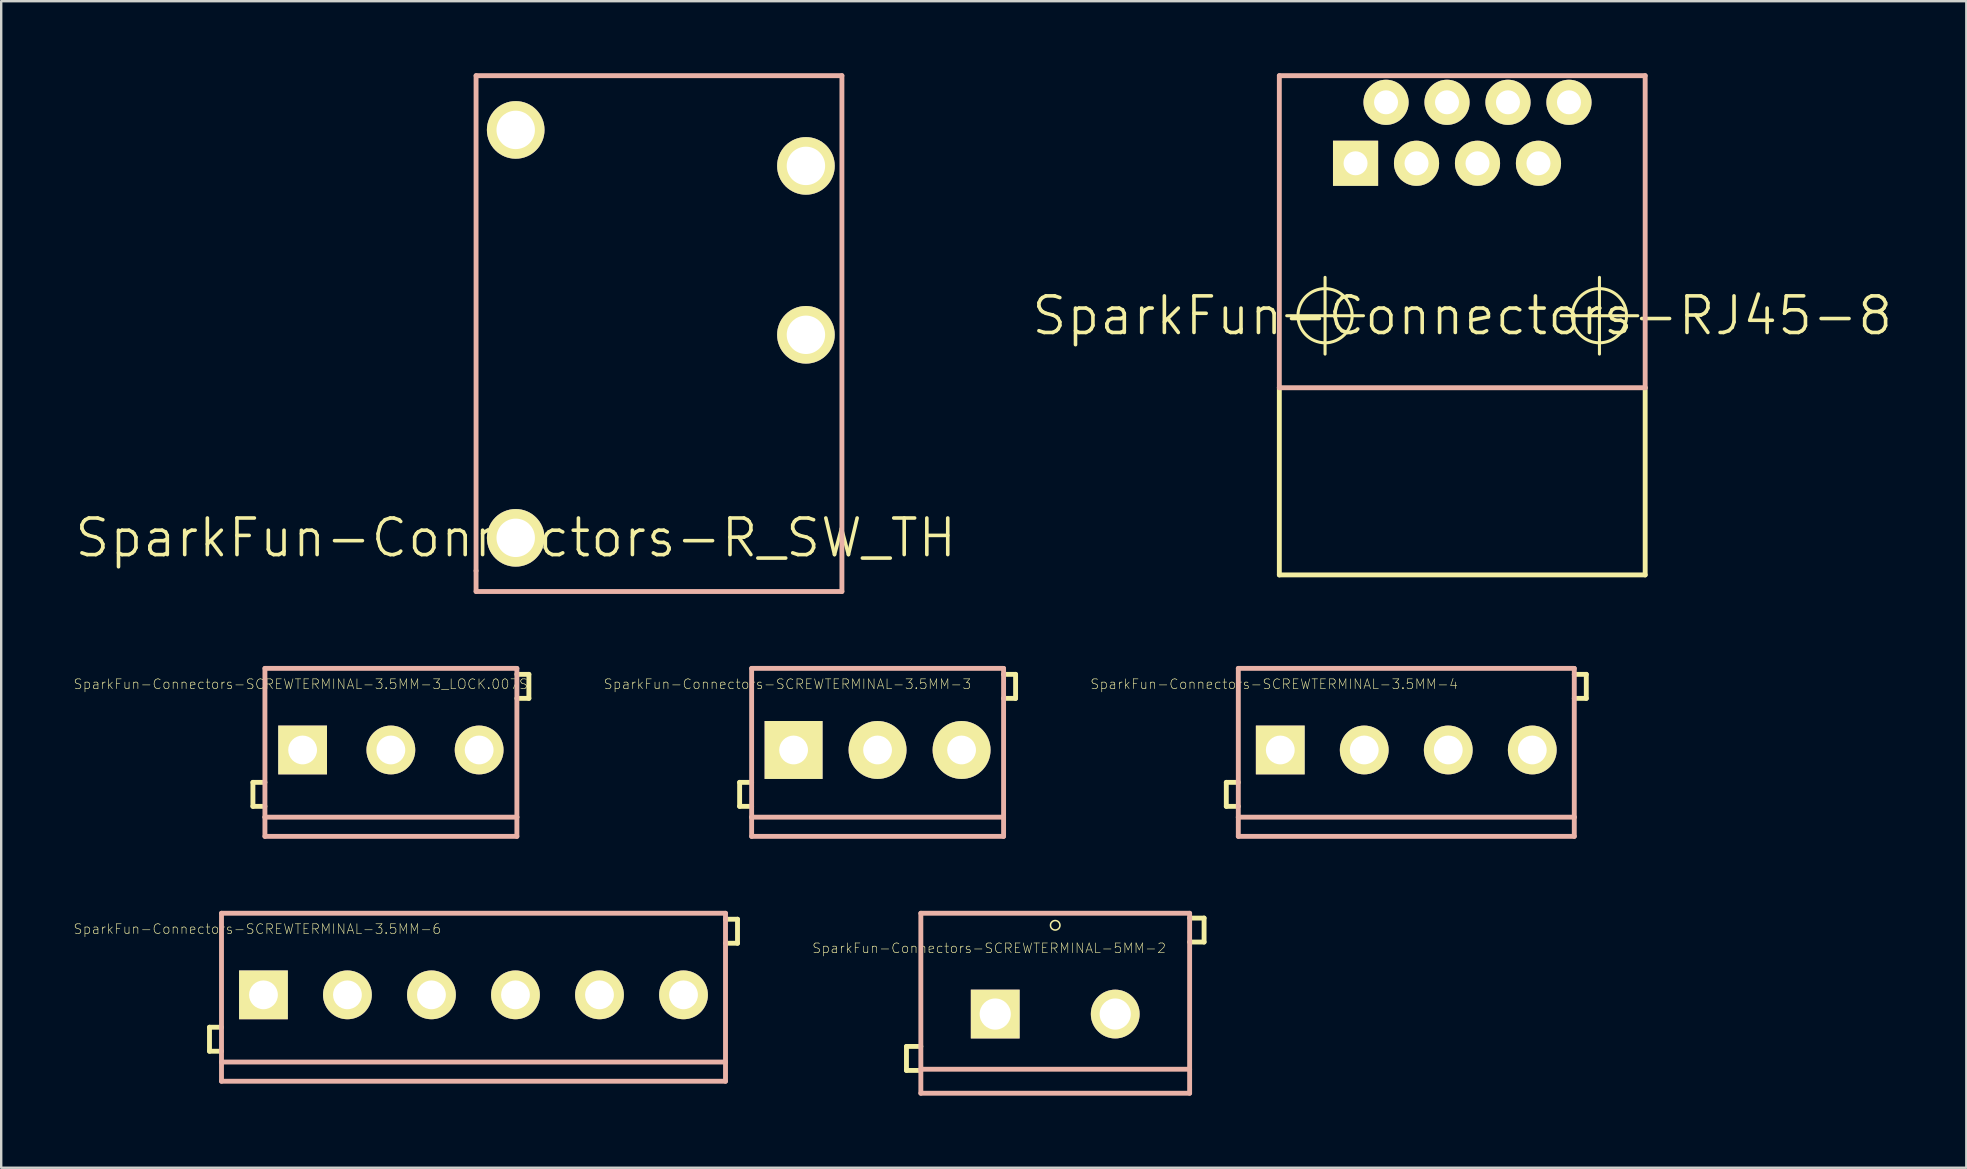
<source format=kicad_pcb>
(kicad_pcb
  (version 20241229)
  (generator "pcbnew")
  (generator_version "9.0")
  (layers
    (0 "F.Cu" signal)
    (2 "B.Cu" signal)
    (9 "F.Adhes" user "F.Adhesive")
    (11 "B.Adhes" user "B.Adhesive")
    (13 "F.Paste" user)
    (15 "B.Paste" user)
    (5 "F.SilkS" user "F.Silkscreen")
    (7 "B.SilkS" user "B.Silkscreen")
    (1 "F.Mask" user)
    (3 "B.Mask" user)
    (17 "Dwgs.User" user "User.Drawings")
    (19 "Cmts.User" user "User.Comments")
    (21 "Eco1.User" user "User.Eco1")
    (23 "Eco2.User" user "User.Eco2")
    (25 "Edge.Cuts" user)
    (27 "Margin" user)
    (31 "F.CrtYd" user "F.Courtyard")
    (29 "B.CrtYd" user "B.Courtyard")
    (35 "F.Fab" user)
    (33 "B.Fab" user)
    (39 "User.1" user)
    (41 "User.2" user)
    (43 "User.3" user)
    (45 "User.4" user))
  (footprint "SparkFun-Connectors-R_SW_TH"
    (layer "F.Cu")
    (at 18.433 19.355)
    (property "Reference" "SparkFun-Connectors-R_SW_TH" (at 0 0 0) (layer "F.SilkS") (effects (font (size 1.524 1.524) (thickness 0.15))))
    (attr exclude_from_pos_files exclude_from_bom)
    (fp_line (start -1.651 -19.253) (end -1.651 1.372) (stroke (width 0.203) (type solid)) (layer "B.SilkS"))
    (fp_line (start -1.651 -19.253) (end 13.589 -19.253) (stroke (width 0.203) (type solid)) (layer "B.SilkS"))
    (fp_line (start -1.651 1.372) (end -1.651 2.235) (stroke (width 0.203) (type solid)) (layer "B.SilkS"))
    (fp_line (start 13.589 -19.253) (end 13.589 2.235) (stroke (width 0.203) (type solid)) (layer "B.SilkS"))
    (fp_line (start 13.589 2.235) (end -1.651 2.235) (stroke (width 0.203) (type solid)) (layer "B.SilkS"))
    (pad "P$1" thru_hole circle (at 0 0) (size 2.4 2.4) (drill 1.6) (layers "*.Cu" "F.Mask" "F.SilkS" "F.Paste"))
    (pad "P$2" thru_hole circle (at 0 -16.993) (size 2.4 2.4) (drill 1.6) (layers "*.Cu" "F.Mask" "F.SilkS" "F.Paste"))
    (pad "P$3" thru_hole circle (at 12.09 -15.494) (size 2.4 2.4) (drill 1.6) (layers "*.Cu" "F.Mask" "F.SilkS" "F.Paste"))
    (pad "P$4" thru_hole circle (at 12.09 -8.458) (size 2.4 2.4) (drill 1.6) (layers "*.Cu" "F.Mask" "F.SilkS" "F.Paste")))
  (footprint "SparkFun-Connectors-SCREWTERMINAL-3.5MM-4"
    (layer "F.Cu")
    (at 50.283 28.192)
    (property "Reference" "SparkFun-Connectors-SCREWTERMINAL-3.5MM-4" (at -0.254 -2.743 0) (layer "F.SilkS") (effects (font (size 0.406 0.406) (thickness 0.025))))
    (attr exclude_from_pos_files exclude_from_bom)
    (fp_line (start -2.248 1.349) (end -2.248 2.349) (stroke (width 0.203) (type solid)) (layer "F.SilkS"))
    (fp_line (start -2.248 2.349) (end -1.748 2.349) (stroke (width 0.203) (type solid)) (layer "F.SilkS"))
    (fp_line (start -1.748 1.349) (end -2.248 1.349) (stroke (width 0.203) (type solid)) (layer "F.SilkS"))
    (fp_line (start 12.248 -3.15) (end 12.748 -3.15) (stroke (width 0.203) (type solid)) (layer "F.SilkS"))
    (fp_line (start 12.748 -3.15) (end 12.748 -2.149) (stroke (width 0.203) (type solid)) (layer "F.SilkS"))
    (fp_line (start 12.748 -2.149) (end 12.248 -2.149) (stroke (width 0.203) (type solid)) (layer "F.SilkS"))
    (fp_circle (center 0 0) (end -0.211 0.211) (stroke (width 0) (type solid)) (fill yes) (layer "F.SilkS"))
    (fp_circle (center 3.498 0) (end 3.708 0.211) (stroke (width 0) (type solid)) (fill yes) (layer "F.SilkS"))
    (fp_circle (center 6.998 0) (end 7.209 0.211) (stroke (width 0) (type solid)) (fill yes) (layer "F.SilkS"))
    (fp_circle (center 10.498 0) (end 10.709 0.211) (stroke (width 0) (type solid)) (fill yes) (layer "F.SilkS"))
    (fp_line (start -1.748 -3.399) (end 12.248 -3.399) (stroke (width 0.203) (type solid)) (layer "B.SilkS"))
    (fp_line (start -1.748 2.799) (end -1.748 -3.399) (stroke (width 0.203) (type solid)) (layer "B.SilkS"))
    (fp_line (start -1.748 3.599) (end -1.748 2.799) (stroke (width 0.203) (type solid)) (layer "B.SilkS"))
    (fp_line (start 12.248 -3.399) (end 12.248 2.799) (stroke (width 0.203) (type solid)) (layer "B.SilkS"))
    (fp_line (start 12.248 2.799) (end -1.748 2.799) (stroke (width 0.203) (type solid)) (layer "B.SilkS"))
    (fp_line (start 12.248 2.799) (end 12.248 3.599) (stroke (width 0.203) (type solid)) (layer "B.SilkS"))
    (fp_line (start 12.248 3.599) (end -1.748 3.599) (stroke (width 0.203) (type solid)) (layer "B.SilkS"))
    (pad "1" thru_hole rect (at 0 0) (size 2.032 2.032) (drill 1.199) (layers "*.Cu" "F.Mask" "F.SilkS" "F.Paste"))
    (pad "2" thru_hole circle (at 3.498 0) (size 2.032 2.032) (drill 1.199) (layers "*.Cu" "F.Mask" "F.SilkS" "F.Paste"))
    (pad "3" thru_hole circle (at 6.998 0) (size 2.032 2.032) (drill 1.199) (layers "*.Cu" "F.Mask" "F.SilkS" "F.Paste"))
    (pad "4" thru_hole circle (at 10.498 0) (size 2.032 2.032) (drill 1.199) (layers "*.Cu" "F.Mask" "F.SilkS" "F.Paste")))
  (footprint "SparkFun-Connectors-SCREWTERMINAL-3.5MM-3_LOCK.007S"
    (layer "F.Cu")
    (at 9.734 28.192)
    (property "Reference" "SparkFun-Connectors-SCREWTERMINAL-3.5MM-3_LOCK.007S" (at -0.254 -2.743 0) (layer "F.SilkS") (effects (font (size 0.406 0.406) (thickness 0.025))))
    (attr exclude_from_pos_files exclude_from_bom)
    (fp_line (start -2.248 1.349) (end -2.248 2.349) (stroke (width 0.203) (type solid)) (layer "F.SilkS"))
    (fp_line (start -2.248 2.349) (end -1.748 2.349) (stroke (width 0.203) (type solid)) (layer "F.SilkS"))
    (fp_line (start -1.748 1.349) (end -2.248 1.349) (stroke (width 0.203) (type solid)) (layer "F.SilkS"))
    (fp_line (start 8.748 -3.15) (end 9.248 -3.15) (stroke (width 0.203) (type solid)) (layer "F.SilkS"))
    (fp_line (start 9.248 -3.15) (end 9.248 -2.149) (stroke (width 0.203) (type solid)) (layer "F.SilkS"))
    (fp_line (start 9.248 -2.149) (end 8.748 -2.149) (stroke (width 0.203) (type solid)) (layer "F.SilkS"))
    (fp_circle (center 0 0) (end -0.211 0.211) (stroke (width 0) (type solid)) (fill yes) (layer "F.SilkS"))
    (fp_circle (center 3.498 0) (end 3.708 0.211) (stroke (width 0) (type solid)) (fill yes) (layer "F.SilkS"))
    (fp_circle (center 6.998 0) (end 7.209 0.211) (stroke (width 0) (type solid)) (fill yes) (layer "F.SilkS"))
    (fp_line (start -1.748 -3.399) (end 8.748 -3.399) (stroke (width 0.203) (type solid)) (layer "B.SilkS"))
    (fp_line (start -1.748 2.799) (end -1.748 -3.399) (stroke (width 0.203) (type solid)) (layer "B.SilkS"))
    (fp_line (start -1.748 3.599) (end -1.748 2.799) (stroke (width 0.203) (type solid)) (layer "B.SilkS"))
    (fp_line (start 8.748 -3.399) (end 8.748 2.799) (stroke (width 0.203) (type solid)) (layer "B.SilkS"))
    (fp_line (start 8.748 2.799) (end -1.748 2.799) (stroke (width 0.203) (type solid)) (layer "B.SilkS"))
    (fp_line (start 8.748 2.799) (end 8.748 3.599) (stroke (width 0.203) (type solid)) (layer "B.SilkS"))
    (fp_line (start 8.748 3.599) (end -1.748 3.599) (stroke (width 0.203) (type solid)) (layer "B.SilkS"))
    (pad "1" thru_hole rect (at -0.178 0) (size 2.032 2.032) (drill 1.199) (layers "*.Cu" "F.Mask" "F.SilkS" "F.Paste"))
    (pad "2" thru_hole circle (at 3.498 0) (size 2.032 2.032) (drill 1.199) (layers "*.Cu" "F.Mask" "F.SilkS" "F.Paste"))
    (pad "3" thru_hole circle (at 7.176 0) (size 2.032 2.032) (drill 1.199) (layers "*.Cu" "F.Mask" "F.SilkS" "F.Paste")))
  (footprint "SparkFun-Connectors-RJ45-8"
    (layer "F.Cu")
    (at 57.864 10.102)
    (property "Reference" "SparkFun-Connectors-RJ45-8" (at 0 0 0) (layer "F.SilkS") (effects (font (size 1.524 1.524) (thickness 0.15))))
    (attr exclude_from_pos_files exclude_from_bom)
    (fp_line (start -7.62 3) (end -7.62 10.798) (stroke (width 0.203) (type solid)) (layer "F.SilkS"))
    (fp_line (start -7.62 10.798) (end 7.62 10.798) (stroke (width 0.203) (type solid)) (layer "F.SilkS"))
    (fp_line (start -7.313 0) (end -4.115 0) (stroke (width 0.127) (type solid)) (layer "F.SilkS"))
    (fp_line (start -5.715 1.598) (end -5.715 -1.598) (stroke (width 0.127) (type solid)) (layer "F.SilkS"))
    (fp_line (start 4.115 0) (end 7.313 0) (stroke (width 0.127) (type solid)) (layer "F.SilkS"))
    (fp_line (start 5.715 1.598) (end 5.715 -1.598) (stroke (width 0.127) (type solid)) (layer "F.SilkS"))
    (fp_line (start 7.62 10.798) (end 7.62 3) (stroke (width 0.203) (type solid)) (layer "F.SilkS"))
    (fp_circle (center -5.715 0) (end -6.513 0.798) (stroke (width 0.127) (type solid)) (fill no) (layer "F.SilkS"))
    (fp_circle (center 5.715 0) (end 6.513 0.798) (stroke (width 0.127) (type solid)) (fill no) (layer "F.SilkS"))
    (fp_line (start -7.62 -10) (end 7.62 -10) (stroke (width 0.203) (type solid)) (layer "B.SilkS"))
    (fp_line (start -7.62 3) (end -7.62 -10) (stroke (width 0.203) (type solid)) (layer "B.SilkS"))
    (fp_line (start -7.62 3) (end 7.62 3) (stroke (width 0.203) (type solid)) (layer "B.SilkS"))
    (fp_line (start 7.62 -10) (end 7.62 3) (stroke (width 0.203) (type solid)) (layer "B.SilkS"))
    (pad "1" thru_hole rect (at -4.445 -6.35) (size 1.88 1.88) (drill 0.998) (layers "*.Cu" "F.Mask" "F.SilkS" "F.Paste"))
    (pad "2" thru_hole circle (at -3.175 -8.89) (size 1.88 1.88) (drill 0.998) (layers "*.Cu" "F.Mask" "F.SilkS" "F.Paste"))
    (pad "3" thru_hole circle (at -1.905 -6.35) (size 1.88 1.88) (drill 0.998) (layers "*.Cu" "F.Mask" "F.SilkS" "F.Paste"))
    (pad "4" thru_hole circle (at -0.635 -8.89) (size 1.88 1.88) (drill 0.998) (layers "*.Cu" "F.Mask" "F.SilkS" "F.Paste"))
    (pad "5" thru_hole circle (at 0.635 -6.35) (size 1.88 1.88) (drill 0.998) (layers "*.Cu" "F.Mask" "F.SilkS" "F.Paste"))
    (pad "6" thru_hole circle (at 1.905 -8.89) (size 1.88 1.88) (drill 0.998) (layers "*.Cu" "F.Mask" "F.SilkS" "F.Paste"))
    (pad "7" thru_hole circle (at 3.175 -6.35) (size 1.88 1.88) (drill 0.998) (layers "*.Cu" "F.Mask" "F.SilkS" "F.Paste"))
    (pad "8" thru_hole circle (at 4.445 -8.89) (size 1.88 1.88) (drill 0.998) (layers "*.Cu" "F.Mask" "F.SilkS" "F.Paste")))
  (footprint "SparkFun-Connectors-SCREWTERMINAL-5MM-2"
    (layer "F.Cu")
    (at 38.409 39.193)
    (property "Reference" "SparkFun-Connectors-SCREWTERMINAL-5MM-2" (at -0.254 -2.743 0) (layer "F.SilkS") (effects (font (size 0.406 0.406) (thickness 0.025))))
    (attr exclude_from_pos_files exclude_from_bom)
    (fp_line (start -3.698 1.349) (end -3.698 2.349) (stroke (width 0.203) (type solid)) (layer "F.SilkS"))
    (fp_line (start -3.698 2.349) (end -3.099 2.349) (stroke (width 0.203) (type solid)) (layer "F.SilkS"))
    (fp_line (start -3.099 1.349) (end -3.698 1.349) (stroke (width 0.203) (type solid)) (layer "F.SilkS"))
    (fp_line (start 8.098 -3.998) (end 8.7 -3.998) (stroke (width 0.203) (type solid)) (layer "F.SilkS"))
    (fp_line (start 8.7 -3.998) (end 8.7 -3) (stroke (width 0.203) (type solid)) (layer "F.SilkS"))
    (fp_line (start 8.7 -3) (end 8.098 -3) (stroke (width 0.203) (type solid)) (layer "F.SilkS"))
    (fp_circle (center 2.499 -3.698) (end 2.639 -3.838) (stroke (width 0.064) (type solid)) (fill no) (layer "F.SilkS"))
    (fp_line (start -3.099 -4.199) (end 8.098 -4.199) (stroke (width 0.203) (type solid)) (layer "B.SilkS"))
    (fp_line (start -3.099 2.299) (end -3.099 -4.199) (stroke (width 0.203) (type solid)) (layer "B.SilkS"))
    (fp_line (start -3.099 3.299) (end -3.099 2.299) (stroke (width 0.203) (type solid)) (layer "B.SilkS"))
    (fp_line (start 8.098 -4.199) (end 8.098 2.299) (stroke (width 0.203) (type solid)) (layer "B.SilkS"))
    (fp_line (start 8.098 2.299) (end -3.099 2.299) (stroke (width 0.203) (type solid)) (layer "B.SilkS"))
    (fp_line (start 8.098 2.299) (end 8.098 3.299) (stroke (width 0.203) (type solid)) (layer "B.SilkS"))
    (fp_line (start 8.098 3.299) (end -3.099 3.299) (stroke (width 0.203) (type solid)) (layer "B.SilkS"))
    (pad "1" thru_hole rect (at 0 0) (size 2.032 2.032) (drill 1.298) (layers "*.Cu" "F.Mask" "F.SilkS" "F.Paste"))
    (pad "2" thru_hole circle (at 4.999 0) (size 2.032 2.032) (drill 1.298) (layers "*.Cu" "F.Mask" "F.SilkS" "F.Paste")))
  (footprint "SparkFun-Connectors-SCREWTERMINAL-3.5MM-3"
    (layer "F.Cu")
    (at 30.009 28.192)
    (property "Reference" "SparkFun-Connectors-SCREWTERMINAL-3.5MM-3" (at -0.254 -2.743 0) (layer "F.SilkS") (effects (font (size 0.406 0.406) (thickness 0.025))))
    (attr exclude_from_pos_files exclude_from_bom)
    (fp_line (start -2.248 1.349) (end -2.248 2.349) (stroke (width 0.203) (type solid)) (layer "F.SilkS"))
    (fp_line (start -2.248 2.349) (end -1.748 2.349) (stroke (width 0.203) (type solid)) (layer "F.SilkS"))
    (fp_line (start -1.748 1.349) (end -2.248 1.349) (stroke (width 0.203) (type solid)) (layer "F.SilkS"))
    (fp_line (start 8.748 -3.15) (end 9.248 -3.15) (stroke (width 0.203) (type solid)) (layer "F.SilkS"))
    (fp_line (start 9.248 -3.15) (end 9.248 -2.149) (stroke (width 0.203) (type solid)) (layer "F.SilkS"))
    (fp_line (start 9.248 -2.149) (end 8.748 -2.149) (stroke (width 0.203) (type solid)) (layer "F.SilkS"))
    (fp_line (start -1.748 -3.399) (end 8.748 -3.399) (stroke (width 0.203) (type solid)) (layer "B.SilkS"))
    (fp_line (start -1.748 2.799) (end -1.748 -3.399) (stroke (width 0.203) (type solid)) (layer "B.SilkS"))
    (fp_line (start -1.748 3.599) (end -1.748 2.799) (stroke (width 0.203) (type solid)) (layer "B.SilkS"))
    (fp_line (start 8.748 -3.399) (end 8.748 2.799) (stroke (width 0.203) (type solid)) (layer "B.SilkS"))
    (fp_line (start 8.748 2.799) (end -1.748 2.799) (stroke (width 0.203) (type solid)) (layer "B.SilkS"))
    (fp_line (start 8.748 2.799) (end 8.748 3.599) (stroke (width 0.203) (type solid)) (layer "B.SilkS"))
    (fp_line (start 8.748 3.599) (end -1.748 3.599) (stroke (width 0.203) (type solid)) (layer "B.SilkS"))
    (pad "1" thru_hole rect (at 0 0) (size 2.413 2.413) (drill 1.199) (layers "*.Cu" "F.Mask" "F.SilkS" "F.Paste"))
    (pad "2" thru_hole circle (at 3.498 0) (size 2.413 2.413) (drill 1.199) (layers "*.Cu" "F.Mask" "F.SilkS" "F.Paste"))
    (pad "3" thru_hole circle (at 6.998 0) (size 2.413 2.413) (drill 1.199) (layers "*.Cu" "F.Mask" "F.SilkS" "F.Paste")))
  (footprint "SparkFun-Connectors-SCREWTERMINAL-3.5MM-6"
    (layer "F.Cu")
    (at 7.925 38.393)
    (property "Reference" "SparkFun-Connectors-SCREWTERMINAL-3.5MM-6" (at -0.254 -2.743 0) (layer "F.SilkS") (effects (font (size 0.406 0.406) (thickness 0.025))))
    (attr exclude_from_pos_files exclude_from_bom)
    (fp_line (start -2.248 1.349) (end -2.248 2.349) (stroke (width 0.203) (type solid)) (layer "F.SilkS"))
    (fp_line (start -2.248 2.349) (end -1.748 2.349) (stroke (width 0.203) (type solid)) (layer "F.SilkS"))
    (fp_line (start -1.748 1.349) (end -2.248 1.349) (stroke (width 0.203) (type solid)) (layer "F.SilkS"))
    (fp_line (start 19.248 -3.15) (end 19.748 -3.15) (stroke (width 0.203) (type solid)) (layer "F.SilkS"))
    (fp_line (start 19.748 -3.15) (end 19.748 -2.149) (stroke (width 0.203) (type solid)) (layer "F.SilkS"))
    (fp_line (start 19.748 -2.149) (end 19.248 -2.149) (stroke (width 0.203) (type solid)) (layer "F.SilkS"))
    (fp_line (start -1.748 -3.399) (end 19.248 -3.399) (stroke (width 0.203) (type solid)) (layer "B.SilkS"))
    (fp_line (start -1.748 2.799) (end -1.748 -3.399) (stroke (width 0.203) (type solid)) (layer "B.SilkS"))
    (fp_line (start -1.748 3.599) (end -1.748 2.799) (stroke (width 0.203) (type solid)) (layer "B.SilkS"))
    (fp_line (start 19.248 -3.399) (end 19.248 2.799) (stroke (width 0.203) (type solid)) (layer "B.SilkS"))
    (fp_line (start 19.248 2.799) (end -1.748 2.799) (stroke (width 0.203) (type solid)) (layer "B.SilkS"))
    (fp_line (start 19.248 2.799) (end 19.248 3.599) (stroke (width 0.203) (type solid)) (layer "B.SilkS"))
    (fp_line (start 19.248 3.599) (end -1.748 3.599) (stroke (width 0.203) (type solid)) (layer "B.SilkS"))
    (pad "1" thru_hole rect (at 0 0) (size 2.032 2.032) (drill 1.199) (layers "*.Cu" "F.Mask" "F.SilkS" "F.Paste"))
    (pad "2" thru_hole circle (at 3.498 0) (size 2.032 2.032) (drill 1.199) (layers "*.Cu" "F.Mask" "F.SilkS" "F.Paste"))
    (pad "3" thru_hole circle (at 6.998 0) (size 2.032 2.032) (drill 1.199) (layers "*.Cu" "F.Mask" "F.SilkS" "F.Paste"))
    (pad "4" thru_hole circle (at 10.498 0) (size 2.032 2.032) (drill 1.199) (layers "*.Cu" "F.Mask" "F.SilkS" "F.Paste"))
    (pad "5" thru_hole circle (at 13.998 0) (size 2.032 2.032) (drill 1.199) (layers "*.Cu" "F.Mask" "F.SilkS" "F.Paste"))
    (pad "6" thru_hole circle (at 17.498 0) (size 2.032 2.032) (drill 1.199) (layers "*.Cu" "F.Mask" "F.SilkS" "F.Paste")))
  (gr_rect
    (start -3 -3)
    (end 78.862 45.594)
    (stroke (width 0.1) (type default))
    (fill no)
    (layer "Edge.Cuts")))
</source>
